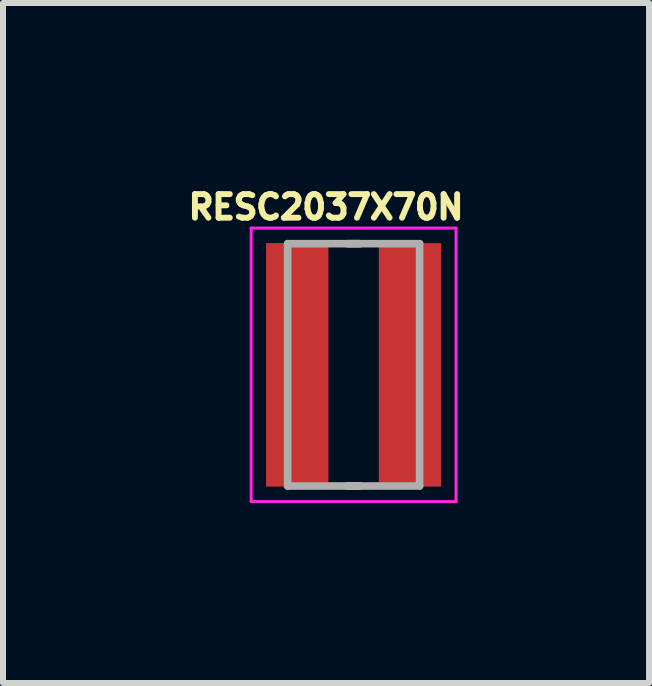
<source format=kicad_pcb>
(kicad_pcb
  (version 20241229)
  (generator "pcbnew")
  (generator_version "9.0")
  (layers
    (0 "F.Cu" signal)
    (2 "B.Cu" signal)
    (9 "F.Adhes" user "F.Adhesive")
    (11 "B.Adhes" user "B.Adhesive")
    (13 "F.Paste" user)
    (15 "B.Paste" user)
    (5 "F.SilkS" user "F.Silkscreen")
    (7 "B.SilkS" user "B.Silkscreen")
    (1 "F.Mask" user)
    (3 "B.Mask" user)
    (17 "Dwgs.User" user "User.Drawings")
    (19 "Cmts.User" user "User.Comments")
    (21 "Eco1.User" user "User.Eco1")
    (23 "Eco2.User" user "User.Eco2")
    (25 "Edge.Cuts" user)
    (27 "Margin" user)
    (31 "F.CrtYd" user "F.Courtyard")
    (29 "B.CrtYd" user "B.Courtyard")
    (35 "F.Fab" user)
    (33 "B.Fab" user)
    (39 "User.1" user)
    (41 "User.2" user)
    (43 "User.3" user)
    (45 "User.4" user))
  (footprint "RESC2037X70N"
    (layer "F.Cu")
    (at 2.846 3.033)
    (property "Reference" "RESC2037X70N" (at -0.46 -2.63 0) (layer "F.SilkS") (effects (font (size 0.394 0.394) (thickness 0.15))))
    (attr through_hole)
    (fp_line (start -0.1 -2.02) (end 0.1 -2.02) (stroke (width 0.127) (type solid)) (layer "F.SilkS"))
    (fp_line (start -0.1 2.02) (end 0.1 2.02) (stroke (width 0.127) (type solid)) (layer "F.SilkS"))
    (fp_line (start -1.708 -2.28) (end 1.708 -2.28) (stroke (width 0.05) (type solid)) (layer "F.CrtYd"))
    (fp_line (start -1.708 2.28) (end -1.708 -2.28) (stroke (width 0.05) (type solid)) (layer "F.CrtYd"))
    (fp_line (start -1.708 2.28) (end 1.708 2.28) (stroke (width 0.05) (type solid)) (layer "F.CrtYd"))
    (fp_line (start 1.708 2.28) (end 1.708 -2.28) (stroke (width 0.05) (type solid)) (layer "F.CrtYd"))
    (fp_line (start -1.1 2.02) (end -1.1 -2.02) (stroke (width 0.127) (type solid)) (layer "F.Fab"))
    (fp_line (start 1.1 -2.02) (end -1.1 -2.02) (stroke (width 0.127) (type solid)) (layer "F.Fab"))
    (fp_line (start 1.1 2.02) (end -1.1 2.02) (stroke (width 0.127) (type solid)) (layer "F.Fab"))
    (fp_line (start 1.1 2.02) (end 1.1 -2.02) (stroke (width 0.127) (type solid)) (layer "F.Fab"))
    (pad "1" smd rect (at -0.94 0) (size 1.04 4.06) (layers "F.Cu" "F.Mask" "F.Paste"))
    (pad "2" smd rect (at 0.94 0) (size 1.04 4.06) (layers "F.Cu" "F.Mask" "F.Paste")))
  (gr_rect
    (start -3 -3)
    (end 7.772 8.338)
    (stroke (width 0.1) (type default))
    (fill no)
    (layer "Edge.Cuts")))
</source>
